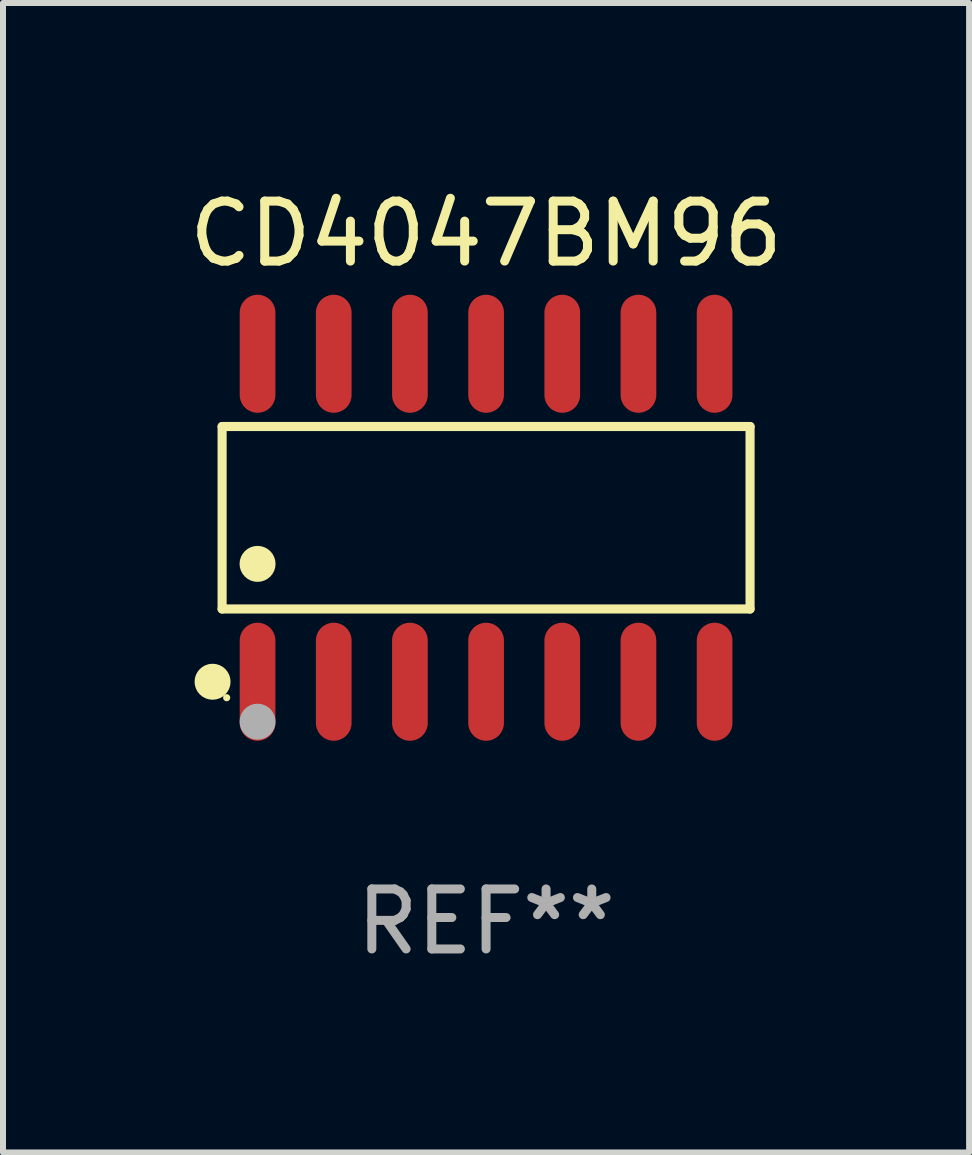
<source format=kicad_pcb>
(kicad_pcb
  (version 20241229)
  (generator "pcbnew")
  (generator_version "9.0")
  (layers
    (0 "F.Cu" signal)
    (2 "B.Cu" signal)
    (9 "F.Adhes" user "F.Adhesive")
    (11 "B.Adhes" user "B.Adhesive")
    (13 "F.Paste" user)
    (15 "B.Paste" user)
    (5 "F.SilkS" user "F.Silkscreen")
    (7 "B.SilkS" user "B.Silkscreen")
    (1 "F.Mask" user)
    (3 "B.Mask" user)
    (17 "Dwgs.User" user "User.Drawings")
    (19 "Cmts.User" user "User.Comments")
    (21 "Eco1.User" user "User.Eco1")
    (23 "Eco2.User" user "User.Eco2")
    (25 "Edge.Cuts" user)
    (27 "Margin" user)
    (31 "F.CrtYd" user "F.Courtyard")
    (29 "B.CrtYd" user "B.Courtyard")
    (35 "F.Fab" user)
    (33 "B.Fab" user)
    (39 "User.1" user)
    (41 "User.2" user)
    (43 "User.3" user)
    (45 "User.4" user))
  (footprint "CD4047BM96"
    (layer "F.Cu")
    (at 5.054 5.582)
    (property "Reference" "CD4047BM96" (at 0 -4.734 0) (layer "F.SilkS") (effects (font (size 1 1) (thickness 0.15))))
    (attr through_hole)
    (fp_line (start -4.401 -1.521) (end 4.401 -1.521) (stroke (width 0.152) (type solid)) (layer "F.SilkS"))
    (fp_line (start -4.401 1.521) (end -4.401 -1.521) (stroke (width 0.152) (type solid)) (layer "F.SilkS"))
    (fp_line (start 4.401 -1.521) (end 4.401 1.521) (stroke (width 0.152) (type solid)) (layer "F.SilkS"))
    (fp_line (start 4.401 1.521) (end -4.401 1.521) (stroke (width 0.152) (type solid)) (layer "F.SilkS"))
    (fp_circle (center -4.56 2.734) (end -4.41 2.734) (stroke (width 0.3) (type solid)) (fill no) (layer "F.SilkS"))
    (fp_circle (center -4.325 3) (end -4.295 3) (stroke (width 0.06) (type solid)) (fill no) (layer "F.SilkS"))
    (fp_circle (center -3.81 0.769) (end -3.66 0.769) (stroke (width 0.3) (type solid)) (fill no) (layer "F.SilkS"))
    (fp_circle (center -3.81 3.4) (end -3.66 3.4) (stroke (width 0.3) (type solid)) (fill no) (layer "F.Fab"))
    (fp_text user "REF**" (at 0 6.734 0) (layer "F.Fab") (effects (font (size 1 1) (thickness 0.15))))
    (pad "1" smd oval (at -3.81 2.734) (size 0.595 1.968) (layers "F.Cu" "F.Mask" "F.Paste"))
    (pad "2" smd oval (at -2.54 2.734) (size 0.595 1.968) (layers "F.Cu" "F.Mask" "F.Paste"))
    (pad "3" smd oval (at -1.27 2.734) (size 0.595 1.968) (layers "F.Cu" "F.Mask" "F.Paste"))
    (pad "4" smd oval (at 0 2.734) (size 0.595 1.968) (layers "F.Cu" "F.Mask" "F.Paste"))
    (pad "5" smd oval (at 1.27 2.734) (size 0.595 1.968) (layers "F.Cu" "F.Mask" "F.Paste"))
    (pad "6" smd oval (at 2.54 2.734) (size 0.595 1.968) (layers "F.Cu" "F.Mask" "F.Paste"))
    (pad "7" smd oval (at 3.81 2.734) (size 0.595 1.968) (layers "F.Cu" "F.Mask" "F.Paste"))
    (pad "8" smd oval (at 3.81 -2.734) (size 0.595 1.968) (layers "F.Cu" "F.Mask" "F.Paste"))
    (pad "9" smd oval (at 2.54 -2.734) (size 0.595 1.968) (layers "F.Cu" "F.Mask" "F.Paste"))
    (pad "10" smd oval (at 1.27 -2.734) (size 0.595 1.968) (layers "F.Cu" "F.Mask" "F.Paste"))
    (pad "11" smd oval (at 0 -2.734) (size 0.595 1.968) (layers "F.Cu" "F.Mask" "F.Paste"))
    (pad "12" smd oval (at -1.27 -2.734) (size 0.595 1.968) (layers "F.Cu" "F.Mask" "F.Paste"))
    (pad "13" smd oval (at -2.54 -2.734) (size 0.595 1.968) (layers "F.Cu" "F.Mask" "F.Paste"))
    (pad "14" smd oval (at -3.81 -2.734) (size 0.595 1.968) (layers "F.Cu" "F.Mask" "F.Paste")))
  (gr_rect
    (start -3 -3)
    (end 13.107 16.164)
    (stroke (width 0.1) (type default))
    (fill no)
    (layer "Edge.Cuts")))
</source>
